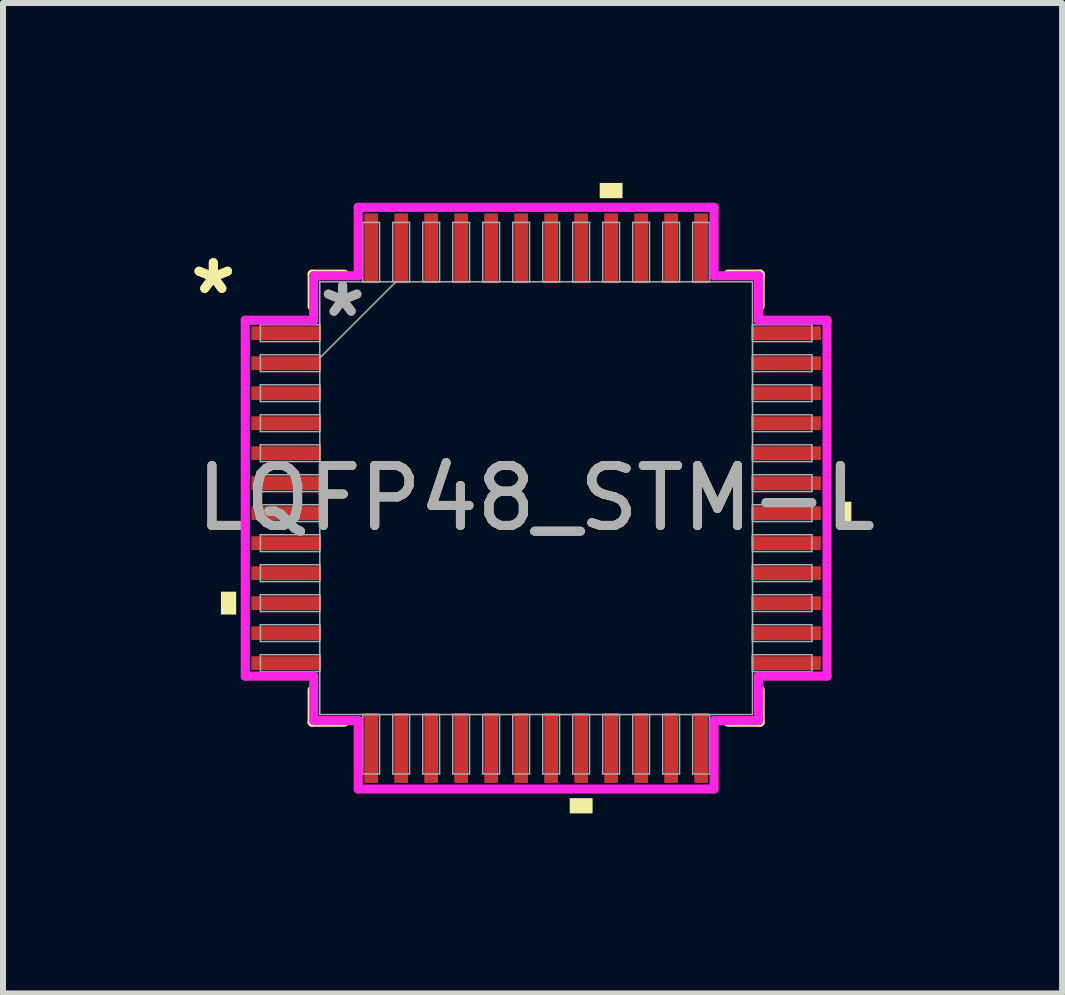
<source format=kicad_pcb>
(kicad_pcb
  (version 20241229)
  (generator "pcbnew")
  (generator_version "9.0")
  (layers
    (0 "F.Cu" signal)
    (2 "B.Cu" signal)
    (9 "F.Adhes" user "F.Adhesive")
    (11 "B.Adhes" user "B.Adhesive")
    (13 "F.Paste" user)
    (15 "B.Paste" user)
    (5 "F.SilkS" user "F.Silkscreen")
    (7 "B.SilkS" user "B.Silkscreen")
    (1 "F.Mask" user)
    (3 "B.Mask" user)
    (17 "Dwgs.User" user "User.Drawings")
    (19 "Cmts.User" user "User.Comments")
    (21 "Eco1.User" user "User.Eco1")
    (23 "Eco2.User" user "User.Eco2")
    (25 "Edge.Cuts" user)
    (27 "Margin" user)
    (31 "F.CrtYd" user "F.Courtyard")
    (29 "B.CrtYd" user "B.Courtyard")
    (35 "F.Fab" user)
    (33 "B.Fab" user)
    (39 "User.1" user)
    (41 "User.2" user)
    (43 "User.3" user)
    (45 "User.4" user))
  (footprint "LQFP48_STM-L"
    (layer "F.Cu")
    (at 5.888 5.255)
    (property "Reference" "LQFP48_STM-L" (at 0 0 0) (unlocked yes) (layer "F.SilkS") (effects (font (size 1 1) (thickness 0.15))))
    (attr smd)
    (fp_line (start -3.734 -3.734) (end -3.734 -3.197) (stroke (width 0.152) (type solid)) (layer "F.SilkS"))
    (fp_line (start -3.734 3.197) (end -3.734 3.734) (stroke (width 0.152) (type solid)) (layer "F.SilkS"))
    (fp_line (start -3.734 3.734) (end -3.197 3.734) (stroke (width 0.152) (type solid)) (layer "F.SilkS"))
    (fp_line (start -3.197 -3.734) (end -3.734 -3.734) (stroke (width 0.152) (type solid)) (layer "F.SilkS"))
    (fp_line (start 3.197 3.734) (end 3.734 3.734) (stroke (width 0.152) (type solid)) (layer "F.SilkS"))
    (fp_line (start 3.734 -3.734) (end 3.197 -3.734) (stroke (width 0.152) (type solid)) (layer "F.SilkS"))
    (fp_line (start 3.734 -3.197) (end 3.734 -3.734) (stroke (width 0.152) (type solid)) (layer "F.SilkS"))
    (fp_line (start 3.734 3.734) (end 3.734 3.197) (stroke (width 0.152) (type solid)) (layer "F.SilkS"))
    (fp_poly (pts (xy -5.255 1.559) (xy -5.255 1.94) (xy -5.001 1.94) (xy -5.001 1.559)) (stroke (width 0) (type solid)) (fill yes) (layer "F.SilkS"))
    (fp_poly (pts (xy 0.56 5.001) (xy 0.56 5.255) (xy 0.941 5.255) (xy 0.941 5.001)) (stroke (width 0) (type solid)) (fill yes) (layer "F.SilkS"))
    (fp_poly (pts (xy 1.06 -5.001) (xy 1.06 -5.255) (xy 1.44 -5.255) (xy 1.44 -5.001)) (stroke (width 0) (type solid)) (fill yes) (layer "F.SilkS"))
    (fp_poly (pts (xy 5.255 0.059) (xy 5.255 0.441) (xy 5.001 0.441) (xy 5.001 0.059)) (stroke (width 0) (type solid)) (fill yes) (layer "F.SilkS"))
    (fp_line (start -4.849 -2.966) (end -3.708 -2.966) (stroke (width 0.152) (type solid)) (layer "F.CrtYd"))
    (fp_line (start -4.849 2.966) (end -4.849 -2.966) (stroke (width 0.152) (type solid)) (layer "F.CrtYd"))
    (fp_line (start -3.708 -3.708) (end -2.966 -3.708) (stroke (width 0.152) (type solid)) (layer "F.CrtYd"))
    (fp_line (start -3.708 -2.966) (end -3.708 -3.708) (stroke (width 0.152) (type solid)) (layer "F.CrtYd"))
    (fp_line (start -3.708 2.966) (end -4.849 2.966) (stroke (width 0.152) (type solid)) (layer "F.CrtYd"))
    (fp_line (start -3.708 3.708) (end -3.708 2.966) (stroke (width 0.152) (type solid)) (layer "F.CrtYd"))
    (fp_line (start -3.708 3.708) (end -2.966 3.708) (stroke (width 0.152) (type solid)) (layer "F.CrtYd"))
    (fp_line (start -2.966 -4.849) (end 2.966 -4.849) (stroke (width 0.152) (type solid)) (layer "F.CrtYd"))
    (fp_line (start -2.966 -3.708) (end -2.966 -4.849) (stroke (width 0.152) (type solid)) (layer "F.CrtYd"))
    (fp_line (start -2.966 3.708) (end -2.966 4.849) (stroke (width 0.152) (type solid)) (layer "F.CrtYd"))
    (fp_line (start -2.966 4.849) (end 2.966 4.849) (stroke (width 0.152) (type solid)) (layer "F.CrtYd"))
    (fp_line (start 2.966 -4.849) (end 2.966 -3.708) (stroke (width 0.152) (type solid)) (layer "F.CrtYd"))
    (fp_line (start 2.966 -3.708) (end 3.708 -3.708) (stroke (width 0.152) (type solid)) (layer "F.CrtYd"))
    (fp_line (start 2.966 3.708) (end 3.708 3.708) (stroke (width 0.152) (type solid)) (layer "F.CrtYd"))
    (fp_line (start 2.966 4.849) (end 2.966 3.708) (stroke (width 0.152) (type solid)) (layer "F.CrtYd"))
    (fp_line (start 3.708 -2.966) (end 3.708 -3.708) (stroke (width 0.152) (type solid)) (layer "F.CrtYd"))
    (fp_line (start 3.708 2.966) (end 4.849 2.966) (stroke (width 0.152) (type solid)) (layer "F.CrtYd"))
    (fp_line (start 3.708 3.708) (end 3.708 2.966) (stroke (width 0.152) (type solid)) (layer "F.CrtYd"))
    (fp_line (start 4.849 -2.966) (end 3.708 -2.966) (stroke (width 0.152) (type solid)) (layer "F.CrtYd"))
    (fp_line (start 4.849 2.966) (end 4.849 -2.966) (stroke (width 0.152) (type solid)) (layer "F.CrtYd"))
    (fp_line (start -4.597 -2.89) (end -4.597 -2.61) (stroke (width 0.025) (type solid)) (layer "F.Fab"))
    (fp_line (start -4.597 -2.61) (end -3.607 -2.61) (stroke (width 0.025) (type solid)) (layer "F.Fab"))
    (fp_line (start -4.597 -2.39) (end -4.597 -2.11) (stroke (width 0.025) (type solid)) (layer "F.Fab"))
    (fp_line (start -4.597 -2.11) (end -3.607 -2.11) (stroke (width 0.025) (type solid)) (layer "F.Fab"))
    (fp_line (start -4.597 -1.89) (end -4.597 -1.61) (stroke (width 0.025) (type solid)) (layer "F.Fab"))
    (fp_line (start -4.597 -1.61) (end -3.607 -1.61) (stroke (width 0.025) (type solid)) (layer "F.Fab"))
    (fp_line (start -4.597 -1.39) (end -4.597 -1.11) (stroke (width 0.025) (type solid)) (layer "F.Fab"))
    (fp_line (start -4.597 -1.11) (end -3.607 -1.11) (stroke (width 0.025) (type solid)) (layer "F.Fab"))
    (fp_line (start -4.597 -0.89) (end -4.597 -0.61) (stroke (width 0.025) (type solid)) (layer "F.Fab"))
    (fp_line (start -4.597 -0.61) (end -3.607 -0.61) (stroke (width 0.025) (type solid)) (layer "F.Fab"))
    (fp_line (start -4.597 -0.39) (end -4.597 -0.11) (stroke (width 0.025) (type solid)) (layer "F.Fab"))
    (fp_line (start -4.597 -0.11) (end -3.607 -0.11) (stroke (width 0.025) (type solid)) (layer "F.Fab"))
    (fp_line (start -4.597 0.11) (end -4.597 0.39) (stroke (width 0.025) (type solid)) (layer "F.Fab"))
    (fp_line (start -4.597 0.39) (end -3.607 0.39) (stroke (width 0.025) (type solid)) (layer "F.Fab"))
    (fp_line (start -4.597 0.61) (end -4.597 0.89) (stroke (width 0.025) (type solid)) (layer "F.Fab"))
    (fp_line (start -4.597 0.89) (end -3.607 0.89) (stroke (width 0.025) (type solid)) (layer "F.Fab"))
    (fp_line (start -4.597 1.11) (end -4.597 1.39) (stroke (width 0.025) (type solid)) (layer "F.Fab"))
    (fp_line (start -4.597 1.39) (end -3.607 1.39) (stroke (width 0.025) (type solid)) (layer "F.Fab"))
    (fp_line (start -4.597 1.61) (end -4.597 1.89) (stroke (width 0.025) (type solid)) (layer "F.Fab"))
    (fp_line (start -4.597 1.89) (end -3.607 1.89) (stroke (width 0.025) (type solid)) (layer "F.Fab"))
    (fp_line (start -4.597 2.11) (end -4.597 2.39) (stroke (width 0.025) (type solid)) (layer "F.Fab"))
    (fp_line (start -4.597 2.39) (end -3.607 2.39) (stroke (width 0.025) (type solid)) (layer "F.Fab"))
    (fp_line (start -4.597 2.61) (end -4.597 2.89) (stroke (width 0.025) (type solid)) (layer "F.Fab"))
    (fp_line (start -4.597 2.89) (end -3.607 2.89) (stroke (width 0.025) (type solid)) (layer "F.Fab"))
    (fp_line (start -3.607 -3.607) (end -3.607 3.607) (stroke (width 0.025) (type solid)) (layer "F.Fab"))
    (fp_line (start -3.607 -2.89) (end -4.597 -2.89) (stroke (width 0.025) (type solid)) (layer "F.Fab"))
    (fp_line (start -3.607 -2.61) (end -3.607 -2.89) (stroke (width 0.025) (type solid)) (layer "F.Fab"))
    (fp_line (start -3.607 -2.39) (end -4.597 -2.39) (stroke (width 0.025) (type solid)) (layer "F.Fab"))
    (fp_line (start -3.607 -2.337) (end -2.337 -3.607) (stroke (width 0.025) (type solid)) (layer "F.Fab"))
    (fp_line (start -3.607 -2.11) (end -3.607 -2.39) (stroke (width 0.025) (type solid)) (layer "F.Fab"))
    (fp_line (start -3.607 -1.89) (end -4.597 -1.89) (stroke (width 0.025) (type solid)) (layer "F.Fab"))
    (fp_line (start -3.607 -1.61) (end -3.607 -1.89) (stroke (width 0.025) (type solid)) (layer "F.Fab"))
    (fp_line (start -3.607 -1.39) (end -4.597 -1.39) (stroke (width 0.025) (type solid)) (layer "F.Fab"))
    (fp_line (start -3.607 -1.11) (end -3.607 -1.39) (stroke (width 0.025) (type solid)) (layer "F.Fab"))
    (fp_line (start -3.607 -0.89) (end -4.597 -0.89) (stroke (width 0.025) (type solid)) (layer "F.Fab"))
    (fp_line (start -3.607 -0.61) (end -3.607 -0.89) (stroke (width 0.025) (type solid)) (layer "F.Fab"))
    (fp_line (start -3.607 -0.39) (end -4.597 -0.39) (stroke (width 0.025) (type solid)) (layer "F.Fab"))
    (fp_line (start -3.607 -0.11) (end -3.607 -0.39) (stroke (width 0.025) (type solid)) (layer "F.Fab"))
    (fp_line (start -3.607 0.11) (end -4.597 0.11) (stroke (width 0.025) (type solid)) (layer "F.Fab"))
    (fp_line (start -3.607 0.39) (end -3.607 0.11) (stroke (width 0.025) (type solid)) (layer "F.Fab"))
    (fp_line (start -3.607 0.61) (end -4.597 0.61) (stroke (width 0.025) (type solid)) (layer "F.Fab"))
    (fp_line (start -3.607 0.89) (end -3.607 0.61) (stroke (width 0.025) (type solid)) (layer "F.Fab"))
    (fp_line (start -3.607 1.11) (end -4.597 1.11) (stroke (width 0.025) (type solid)) (layer "F.Fab"))
    (fp_line (start -3.607 1.39) (end -3.607 1.11) (stroke (width 0.025) (type solid)) (layer "F.Fab"))
    (fp_line (start -3.607 1.61) (end -4.597 1.61) (stroke (width 0.025) (type solid)) (layer "F.Fab"))
    (fp_line (start -3.607 1.89) (end -3.607 1.61) (stroke (width 0.025) (type solid)) (layer "F.Fab"))
    (fp_line (start -3.607 2.11) (end -4.597 2.11) (stroke (width 0.025) (type solid)) (layer "F.Fab"))
    (fp_line (start -3.607 2.39) (end -3.607 2.11) (stroke (width 0.025) (type solid)) (layer "F.Fab"))
    (fp_line (start -3.607 2.61) (end -4.597 2.61) (stroke (width 0.025) (type solid)) (layer "F.Fab"))
    (fp_line (start -3.607 2.89) (end -3.607 2.61) (stroke (width 0.025) (type solid)) (layer "F.Fab"))
    (fp_line (start -3.607 3.607) (end 3.607 3.607) (stroke (width 0.025) (type solid)) (layer "F.Fab"))
    (fp_line (start -2.89 -4.597) (end -2.89 -3.607) (stroke (width 0.025) (type solid)) (layer "F.Fab"))
    (fp_line (start -2.89 -3.607) (end -2.61 -3.607) (stroke (width 0.025) (type solid)) (layer "F.Fab"))
    (fp_line (start -2.89 3.607) (end -2.89 4.597) (stroke (width 0.025) (type solid)) (layer "F.Fab"))
    (fp_line (start -2.89 4.597) (end -2.61 4.597) (stroke (width 0.025) (type solid)) (layer "F.Fab"))
    (fp_line (start -2.61 -4.597) (end -2.89 -4.597) (stroke (width 0.025) (type solid)) (layer "F.Fab"))
    (fp_line (start -2.61 -3.607) (end -2.61 -4.597) (stroke (width 0.025) (type solid)) (layer "F.Fab"))
    (fp_line (start -2.61 3.607) (end -2.89 3.607) (stroke (width 0.025) (type solid)) (layer "F.Fab"))
    (fp_line (start -2.61 4.597) (end -2.61 3.607) (stroke (width 0.025) (type solid)) (layer "F.Fab"))
    (fp_line (start -2.39 -4.597) (end -2.39 -3.607) (stroke (width 0.025) (type solid)) (layer "F.Fab"))
    (fp_line (start -2.39 -3.607) (end -2.11 -3.607) (stroke (width 0.025) (type solid)) (layer "F.Fab"))
    (fp_line (start -2.39 3.607) (end -2.39 4.597) (stroke (width 0.025) (type solid)) (layer "F.Fab"))
    (fp_line (start -2.39 4.597) (end -2.11 4.597) (stroke (width 0.025) (type solid)) (layer "F.Fab"))
    (fp_line (start -2.11 -4.597) (end -2.39 -4.597) (stroke (width 0.025) (type solid)) (layer "F.Fab"))
    (fp_line (start -2.11 -3.607) (end -2.11 -4.597) (stroke (width 0.025) (type solid)) (layer "F.Fab"))
    (fp_line (start -2.11 3.607) (end -2.39 3.607) (stroke (width 0.025) (type solid)) (layer "F.Fab"))
    (fp_line (start -2.11 4.597) (end -2.11 3.607) (stroke (width 0.025) (type solid)) (layer "F.Fab"))
    (fp_line (start -1.89 -4.597) (end -1.89 -3.607) (stroke (width 0.025) (type solid)) (layer "F.Fab"))
    (fp_line (start -1.89 -3.607) (end -1.61 -3.607) (stroke (width 0.025) (type solid)) (layer "F.Fab"))
    (fp_line (start -1.89 3.607) (end -1.89 4.597) (stroke (width 0.025) (type solid)) (layer "F.Fab"))
    (fp_line (start -1.89 4.597) (end -1.61 4.597) (stroke (width 0.025) (type solid)) (layer "F.Fab"))
    (fp_line (start -1.61 -4.597) (end -1.89 -4.597) (stroke (width 0.025) (type solid)) (layer "F.Fab"))
    (fp_line (start -1.61 -3.607) (end -1.61 -4.597) (stroke (width 0.025) (type solid)) (layer "F.Fab"))
    (fp_line (start -1.61 3.607) (end -1.89 3.607) (stroke (width 0.025) (type solid)) (layer "F.Fab"))
    (fp_line (start -1.61 4.597) (end -1.61 3.607) (stroke (width 0.025) (type solid)) (layer "F.Fab"))
    (fp_line (start -1.39 -4.597) (end -1.39 -3.607) (stroke (width 0.025) (type solid)) (layer "F.Fab"))
    (fp_line (start -1.39 -3.607) (end -1.11 -3.607) (stroke (width 0.025) (type solid)) (layer "F.Fab"))
    (fp_line (start -1.39 3.607) (end -1.39 4.597) (stroke (width 0.025) (type solid)) (layer "F.Fab"))
    (fp_line (start -1.39 4.597) (end -1.11 4.597) (stroke (width 0.025) (type solid)) (layer "F.Fab"))
    (fp_line (start -1.11 -4.597) (end -1.39 -4.597) (stroke (width 0.025) (type solid)) (layer "F.Fab"))
    (fp_line (start -1.11 -3.607) (end -1.11 -4.597) (stroke (width 0.025) (type solid)) (layer "F.Fab"))
    (fp_line (start -1.11 3.607) (end -1.39 3.607) (stroke (width 0.025) (type solid)) (layer "F.Fab"))
    (fp_line (start -1.11 4.597) (end -1.11 3.607) (stroke (width 0.025) (type solid)) (layer "F.Fab"))
    (fp_line (start -0.89 -4.597) (end -0.89 -3.607) (stroke (width 0.025) (type solid)) (layer "F.Fab"))
    (fp_line (start -0.89 -3.607) (end -0.61 -3.607) (stroke (width 0.025) (type solid)) (layer "F.Fab"))
    (fp_line (start -0.89 3.607) (end -0.89 4.597) (stroke (width 0.025) (type solid)) (layer "F.Fab"))
    (fp_line (start -0.89 4.597) (end -0.61 4.597) (stroke (width 0.025) (type solid)) (layer "F.Fab"))
    (fp_line (start -0.61 -4.597) (end -0.89 -4.597) (stroke (width 0.025) (type solid)) (layer "F.Fab"))
    (fp_line (start -0.61 -3.607) (end -0.61 -4.597) (stroke (width 0.025) (type solid)) (layer "F.Fab"))
    (fp_line (start -0.61 3.607) (end -0.89 3.607) (stroke (width 0.025) (type solid)) (layer "F.Fab"))
    (fp_line (start -0.61 4.597) (end -0.61 3.607) (stroke (width 0.025) (type solid)) (layer "F.Fab"))
    (fp_line (start -0.39 -4.597) (end -0.39 -3.607) (stroke (width 0.025) (type solid)) (layer "F.Fab"))
    (fp_line (start -0.39 -3.607) (end -0.11 -3.607) (stroke (width 0.025) (type solid)) (layer "F.Fab"))
    (fp_line (start -0.39 3.607) (end -0.39 4.597) (stroke (width 0.025) (type solid)) (layer "F.Fab"))
    (fp_line (start -0.39 4.597) (end -0.11 4.597) (stroke (width 0.025) (type solid)) (layer "F.Fab"))
    (fp_line (start -0.11 -4.597) (end -0.39 -4.597) (stroke (width 0.025) (type solid)) (layer "F.Fab"))
    (fp_line (start -0.11 -3.607) (end -0.11 -4.597) (stroke (width 0.025) (type solid)) (layer "F.Fab"))
    (fp_line (start -0.11 3.607) (end -0.39 3.607) (stroke (width 0.025) (type solid)) (layer "F.Fab"))
    (fp_line (start -0.11 4.597) (end -0.11 3.607) (stroke (width 0.025) (type solid)) (layer "F.Fab"))
    (fp_line (start 0.11 -4.597) (end 0.11 -3.607) (stroke (width 0.025) (type solid)) (layer "F.Fab"))
    (fp_line (start 0.11 -3.607) (end 0.39 -3.607) (stroke (width 0.025) (type solid)) (layer "F.Fab"))
    (fp_line (start 0.11 3.607) (end 0.11 4.597) (stroke (width 0.025) (type solid)) (layer "F.Fab"))
    (fp_line (start 0.11 4.597) (end 0.39 4.597) (stroke (width 0.025) (type solid)) (layer "F.Fab"))
    (fp_line (start 0.39 -4.597) (end 0.11 -4.597) (stroke (width 0.025) (type solid)) (layer "F.Fab"))
    (fp_line (start 0.39 -3.607) (end 0.39 -4.597) (stroke (width 0.025) (type solid)) (layer "F.Fab"))
    (fp_line (start 0.39 3.607) (end 0.11 3.607) (stroke (width 0.025) (type solid)) (layer "F.Fab"))
    (fp_line (start 0.39 4.597) (end 0.39 3.607) (stroke (width 0.025) (type solid)) (layer "F.Fab"))
    (fp_line (start 0.61 -4.597) (end 0.61 -3.607) (stroke (width 0.025) (type solid)) (layer "F.Fab"))
    (fp_line (start 0.61 -3.607) (end 0.89 -3.607) (stroke (width 0.025) (type solid)) (layer "F.Fab"))
    (fp_line (start 0.61 3.607) (end 0.61 4.597) (stroke (width 0.025) (type solid)) (layer "F.Fab"))
    (fp_line (start 0.61 4.597) (end 0.89 4.597) (stroke (width 0.025) (type solid)) (layer "F.Fab"))
    (fp_line (start 0.89 -4.597) (end 0.61 -4.597) (stroke (width 0.025) (type solid)) (layer "F.Fab"))
    (fp_line (start 0.89 -3.607) (end 0.89 -4.597) (stroke (width 0.025) (type solid)) (layer "F.Fab"))
    (fp_line (start 0.89 3.607) (end 0.61 3.607) (stroke (width 0.025) (type solid)) (layer "F.Fab"))
    (fp_line (start 0.89 4.597) (end 0.89 3.607) (stroke (width 0.025) (type solid)) (layer "F.Fab"))
    (fp_line (start 1.11 -4.597) (end 1.11 -3.607) (stroke (width 0.025) (type solid)) (layer "F.Fab"))
    (fp_line (start 1.11 -3.607) (end 1.39 -3.607) (stroke (width 0.025) (type solid)) (layer "F.Fab"))
    (fp_line (start 1.11 3.607) (end 1.11 4.597) (stroke (width 0.025) (type solid)) (layer "F.Fab"))
    (fp_line (start 1.11 4.597) (end 1.39 4.597) (stroke (width 0.025) (type solid)) (layer "F.Fab"))
    (fp_line (start 1.39 -4.597) (end 1.11 -4.597) (stroke (width 0.025) (type solid)) (layer "F.Fab"))
    (fp_line (start 1.39 -3.607) (end 1.39 -4.597) (stroke (width 0.025) (type solid)) (layer "F.Fab"))
    (fp_line (start 1.39 3.607) (end 1.11 3.607) (stroke (width 0.025) (type solid)) (layer "F.Fab"))
    (fp_line (start 1.39 4.597) (end 1.39 3.607) (stroke (width 0.025) (type solid)) (layer "F.Fab"))
    (fp_line (start 1.61 -4.597) (end 1.61 -3.607) (stroke (width 0.025) (type solid)) (layer "F.Fab"))
    (fp_line (start 1.61 -3.607) (end 1.89 -3.607) (stroke (width 0.025) (type solid)) (layer "F.Fab"))
    (fp_line (start 1.61 3.607) (end 1.61 4.597) (stroke (width 0.025) (type solid)) (layer "F.Fab"))
    (fp_line (start 1.61 4.597) (end 1.89 4.597) (stroke (width 0.025) (type solid)) (layer "F.Fab"))
    (fp_line (start 1.89 -4.597) (end 1.61 -4.597) (stroke (width 0.025) (type solid)) (layer "F.Fab"))
    (fp_line (start 1.89 -3.607) (end 1.89 -4.597) (stroke (width 0.025) (type solid)) (layer "F.Fab"))
    (fp_line (start 1.89 3.607) (end 1.61 3.607) (stroke (width 0.025) (type solid)) (layer "F.Fab"))
    (fp_line (start 1.89 4.597) (end 1.89 3.607) (stroke (width 0.025) (type solid)) (layer "F.Fab"))
    (fp_line (start 2.11 -4.597) (end 2.11 -3.607) (stroke (width 0.025) (type solid)) (layer "F.Fab"))
    (fp_line (start 2.11 -3.607) (end 2.39 -3.607) (stroke (width 0.025) (type solid)) (layer "F.Fab"))
    (fp_line (start 2.11 3.607) (end 2.11 4.597) (stroke (width 0.025) (type solid)) (layer "F.Fab"))
    (fp_line (start 2.11 4.597) (end 2.39 4.597) (stroke (width 0.025) (type solid)) (layer "F.Fab"))
    (fp_line (start 2.39 -4.597) (end 2.11 -4.597) (stroke (width 0.025) (type solid)) (layer "F.Fab"))
    (fp_line (start 2.39 -3.607) (end 2.39 -4.597) (stroke (width 0.025) (type solid)) (layer "F.Fab"))
    (fp_line (start 2.39 3.607) (end 2.11 3.607) (stroke (width 0.025) (type solid)) (layer "F.Fab"))
    (fp_line (start 2.39 4.597) (end 2.39 3.607) (stroke (width 0.025) (type solid)) (layer "F.Fab"))
    (fp_line (start 2.61 -4.597) (end 2.61 -3.607) (stroke (width 0.025) (type solid)) (layer "F.Fab"))
    (fp_line (start 2.61 -3.607) (end 2.89 -3.607) (stroke (width 0.025) (type solid)) (layer "F.Fab"))
    (fp_line (start 2.61 3.607) (end 2.61 4.597) (stroke (width 0.025) (type solid)) (layer "F.Fab"))
    (fp_line (start 2.61 4.597) (end 2.89 4.597) (stroke (width 0.025) (type solid)) (layer "F.Fab"))
    (fp_line (start 2.89 -4.597) (end 2.61 -4.597) (stroke (width 0.025) (type solid)) (layer "F.Fab"))
    (fp_line (start 2.89 -3.607) (end 2.89 -4.597) (stroke (width 0.025) (type solid)) (layer "F.Fab"))
    (fp_line (start 2.89 3.607) (end 2.61 3.607) (stroke (width 0.025) (type solid)) (layer "F.Fab"))
    (fp_line (start 2.89 4.597) (end 2.89 3.607) (stroke (width 0.025) (type solid)) (layer "F.Fab"))
    (fp_line (start 3.607 -3.607) (end -3.607 -3.607) (stroke (width 0.025) (type solid)) (layer "F.Fab"))
    (fp_line (start 3.607 -2.89) (end 3.607 -2.61) (stroke (width 0.025) (type solid)) (layer "F.Fab"))
    (fp_line (start 3.607 -2.61) (end 4.597 -2.61) (stroke (width 0.025) (type solid)) (layer "F.Fab"))
    (fp_line (start 3.607 -2.39) (end 3.607 -2.11) (stroke (width 0.025) (type solid)) (layer "F.Fab"))
    (fp_line (start 3.607 -2.11) (end 4.597 -2.11) (stroke (width 0.025) (type solid)) (layer "F.Fab"))
    (fp_line (start 3.607 -1.89) (end 3.607 -1.61) (stroke (width 0.025) (type solid)) (layer "F.Fab"))
    (fp_line (start 3.607 -1.61) (end 4.597 -1.61) (stroke (width 0.025) (type solid)) (layer "F.Fab"))
    (fp_line (start 3.607 -1.39) (end 3.607 -1.11) (stroke (width 0.025) (type solid)) (layer "F.Fab"))
    (fp_line (start 3.607 -1.11) (end 4.597 -1.11) (stroke (width 0.025) (type solid)) (layer "F.Fab"))
    (fp_line (start 3.607 -0.89) (end 3.607 -0.61) (stroke (width 0.025) (type solid)) (layer "F.Fab"))
    (fp_line (start 3.607 -0.61) (end 4.597 -0.61) (stroke (width 0.025) (type solid)) (layer "F.Fab"))
    (fp_line (start 3.607 -0.39) (end 3.607 -0.11) (stroke (width 0.025) (type solid)) (layer "F.Fab"))
    (fp_line (start 3.607 -0.11) (end 4.597 -0.11) (stroke (width 0.025) (type solid)) (layer "F.Fab"))
    (fp_line (start 3.607 0.11) (end 3.607 0.39) (stroke (width 0.025) (type solid)) (layer "F.Fab"))
    (fp_line (start 3.607 0.39) (end 4.597 0.39) (stroke (width 0.025) (type solid)) (layer "F.Fab"))
    (fp_line (start 3.607 0.61) (end 3.607 0.89) (stroke (width 0.025) (type solid)) (layer "F.Fab"))
    (fp_line (start 3.607 0.89) (end 4.597 0.89) (stroke (width 0.025) (type solid)) (layer "F.Fab"))
    (fp_line (start 3.607 1.11) (end 3.607 1.39) (stroke (width 0.025) (type solid)) (layer "F.Fab"))
    (fp_line (start 3.607 1.39) (end 4.597 1.39) (stroke (width 0.025) (type solid)) (layer "F.Fab"))
    (fp_line (start 3.607 1.61) (end 3.607 1.89) (stroke (width 0.025) (type solid)) (layer "F.Fab"))
    (fp_line (start 3.607 1.89) (end 4.597 1.89) (stroke (width 0.025) (type solid)) (layer "F.Fab"))
    (fp_line (start 3.607 2.11) (end 3.607 2.39) (stroke (width 0.025) (type solid)) (layer "F.Fab"))
    (fp_line (start 3.607 2.39) (end 4.597 2.39) (stroke (width 0.025) (type solid)) (layer "F.Fab"))
    (fp_line (start 3.607 2.61) (end 3.607 2.89) (stroke (width 0.025) (type solid)) (layer "F.Fab"))
    (fp_line (start 3.607 2.89) (end 4.597 2.89) (stroke (width 0.025) (type solid)) (layer "F.Fab"))
    (fp_line (start 3.607 3.607) (end 3.607 -3.607) (stroke (width 0.025) (type solid)) (layer "F.Fab"))
    (fp_line (start 4.597 -2.89) (end 3.607 -2.89) (stroke (width 0.025) (type solid)) (layer "F.Fab"))
    (fp_line (start 4.597 -2.61) (end 4.597 -2.89) (stroke (width 0.025) (type solid)) (layer "F.Fab"))
    (fp_line (start 4.597 -2.39) (end 3.607 -2.39) (stroke (width 0.025) (type solid)) (layer "F.Fab"))
    (fp_line (start 4.597 -2.11) (end 4.597 -2.39) (stroke (width 0.025) (type solid)) (layer "F.Fab"))
    (fp_line (start 4.597 -1.89) (end 3.607 -1.89) (stroke (width 0.025) (type solid)) (layer "F.Fab"))
    (fp_line (start 4.597 -1.61) (end 4.597 -1.89) (stroke (width 0.025) (type solid)) (layer "F.Fab"))
    (fp_line (start 4.597 -1.39) (end 3.607 -1.39) (stroke (width 0.025) (type solid)) (layer "F.Fab"))
    (fp_line (start 4.597 -1.11) (end 4.597 -1.39) (stroke (width 0.025) (type solid)) (layer "F.Fab"))
    (fp_line (start 4.597 -0.89) (end 3.607 -0.89) (stroke (width 0.025) (type solid)) (layer "F.Fab"))
    (fp_line (start 4.597 -0.61) (end 4.597 -0.89) (stroke (width 0.025) (type solid)) (layer "F.Fab"))
    (fp_line (start 4.597 -0.39) (end 3.607 -0.39) (stroke (width 0.025) (type solid)) (layer "F.Fab"))
    (fp_line (start 4.597 -0.11) (end 4.597 -0.39) (stroke (width 0.025) (type solid)) (layer "F.Fab"))
    (fp_line (start 4.597 0.11) (end 3.607 0.11) (stroke (width 0.025) (type solid)) (layer "F.Fab"))
    (fp_line (start 4.597 0.39) (end 4.597 0.11) (stroke (width 0.025) (type solid)) (layer "F.Fab"))
    (fp_line (start 4.597 0.61) (end 3.607 0.61) (stroke (width 0.025) (type solid)) (layer "F.Fab"))
    (fp_line (start 4.597 0.89) (end 4.597 0.61) (stroke (width 0.025) (type solid)) (layer "F.Fab"))
    (fp_line (start 4.597 1.11) (end 3.607 1.11) (stroke (width 0.025) (type solid)) (layer "F.Fab"))
    (fp_line (start 4.597 1.39) (end 4.597 1.11) (stroke (width 0.025) (type solid)) (layer "F.Fab"))
    (fp_line (start 4.597 1.61) (end 3.607 1.61) (stroke (width 0.025) (type solid)) (layer "F.Fab"))
    (fp_line (start 4.597 1.89) (end 4.597 1.61) (stroke (width 0.025) (type solid)) (layer "F.Fab"))
    (fp_line (start 4.597 2.11) (end 3.607 2.11) (stroke (width 0.025) (type solid)) (layer "F.Fab"))
    (fp_line (start 4.597 2.39) (end 4.597 2.11) (stroke (width 0.025) (type solid)) (layer "F.Fab"))
    (fp_line (start 4.597 2.61) (end 3.607 2.61) (stroke (width 0.025) (type solid)) (layer "F.Fab"))
    (fp_line (start 4.597 2.89) (end 4.597 2.61) (stroke (width 0.025) (type solid)) (layer "F.Fab"))
    (fp_text user "*" (at -5.382 -3.381 0) (unlocked yes) (layer "F.SilkS") (effects (font (size 1 1) (thickness 0.15))))
    (fp_text user "*" (at -5.382 -3.381 0) (layer "F.SilkS") (effects (font (size 1 1) (thickness 0.15))))
    (fp_text user "${REFERENCE}" (at 0 0 0) (unlocked yes) (layer "F.Fab") (effects (font (size 1 1) (thickness 0.15))))
    (fp_text user "*" (at -3.226 -3 0) (layer "F.Fab") (effects (font (size 1 1) (thickness 0.15))))
    (fp_text user "*" (at -3.226 -3 0) (unlocked yes) (layer "F.Fab") (effects (font (size 1 1) (thickness 0.15))))
    (pad "1" smd rect (at -4.166 -2.75 90) (size 0.229 1.162) (layers "F.Cu" "F.Mask" "F.Paste"))
    (pad "2" smd rect (at -4.166 -2.25 90) (size 0.229 1.162) (layers "F.Cu" "F.Mask" "F.Paste"))
    (pad "3" smd rect (at -4.166 -1.75 90) (size 0.229 1.162) (layers "F.Cu" "F.Mask" "F.Paste"))
    (pad "4" smd rect (at -4.166 -1.25 90) (size 0.229 1.162) (layers "F.Cu" "F.Mask" "F.Paste"))
    (pad "5" smd rect (at -4.166 -0.75 90) (size 0.229 1.162) (layers "F.Cu" "F.Mask" "F.Paste"))
    (pad "6" smd rect (at -4.166 -0.25 90) (size 0.229 1.162) (layers "F.Cu" "F.Mask" "F.Paste"))
    (pad "7" smd rect (at -4.166 0.25 90) (size 0.229 1.162) (layers "F.Cu" "F.Mask" "F.Paste"))
    (pad "8" smd rect (at -4.166 0.75 90) (size 0.229 1.162) (layers "F.Cu" "F.Mask" "F.Paste"))
    (pad "9" smd rect (at -4.166 1.25 90) (size 0.229 1.162) (layers "F.Cu" "F.Mask" "F.Paste"))
    (pad "10" smd rect (at -4.166 1.75 90) (size 0.229 1.162) (layers "F.Cu" "F.Mask" "F.Paste"))
    (pad "11" smd rect (at -4.166 2.25 90) (size 0.229 1.162) (layers "F.Cu" "F.Mask" "F.Paste"))
    (pad "12" smd rect (at -4.166 2.75 90) (size 0.229 1.162) (layers "F.Cu" "F.Mask" "F.Paste"))
    (pad "13" smd rect (at -2.75 4.166) (size 0.229 1.162) (layers "F.Cu" "F.Mask" "F.Paste"))
    (pad "14" smd rect (at -2.25 4.166) (size 0.229 1.162) (layers "F.Cu" "F.Mask" "F.Paste"))
    (pad "15" smd rect (at -1.75 4.166) (size 0.229 1.162) (layers "F.Cu" "F.Mask" "F.Paste"))
    (pad "16" smd rect (at -1.25 4.166) (size 0.229 1.162) (layers "F.Cu" "F.Mask" "F.Paste"))
    (pad "17" smd rect (at -0.75 4.166) (size 0.229 1.162) (layers "F.Cu" "F.Mask" "F.Paste"))
    (pad "18" smd rect (at -0.25 4.166) (size 0.229 1.162) (layers "F.Cu" "F.Mask" "F.Paste"))
    (pad "19" smd rect (at 0.25 4.166) (size 0.229 1.162) (layers "F.Cu" "F.Mask" "F.Paste"))
    (pad "20" smd rect (at 0.75 4.166) (size 0.229 1.162) (layers "F.Cu" "F.Mask" "F.Paste"))
    (pad "21" smd rect (at 1.25 4.166) (size 0.229 1.162) (layers "F.Cu" "F.Mask" "F.Paste"))
    (pad "22" smd rect (at 1.75 4.166) (size 0.229 1.162) (layers "F.Cu" "F.Mask" "F.Paste"))
    (pad "23" smd rect (at 2.25 4.166) (size 0.229 1.162) (layers "F.Cu" "F.Mask" "F.Paste"))
    (pad "24" smd rect (at 2.75 4.166) (size 0.229 1.162) (layers "F.Cu" "F.Mask" "F.Paste"))
    (pad "25" smd rect (at 4.166 2.75 90) (size 0.229 1.162) (layers "F.Cu" "F.Mask" "F.Paste"))
    (pad "26" smd rect (at 4.166 2.25 90) (size 0.229 1.162) (layers "F.Cu" "F.Mask" "F.Paste"))
    (pad "27" smd rect (at 4.166 1.75 90) (size 0.229 1.162) (layers "F.Cu" "F.Mask" "F.Paste"))
    (pad "28" smd rect (at 4.166 1.25 90) (size 0.229 1.162) (layers "F.Cu" "F.Mask" "F.Paste"))
    (pad "29" smd rect (at 4.166 0.75 90) (size 0.229 1.162) (layers "F.Cu" "F.Mask" "F.Paste"))
    (pad "30" smd rect (at 4.166 0.25 90) (size 0.229 1.162) (layers "F.Cu" "F.Mask" "F.Paste"))
    (pad "31" smd rect (at 4.166 -0.25 90) (size 0.229 1.162) (layers "F.Cu" "F.Mask" "F.Paste"))
    (pad "32" smd rect (at 4.166 -0.75 90) (size 0.229 1.162) (layers "F.Cu" "F.Mask" "F.Paste"))
    (pad "33" smd rect (at 4.166 -1.25 90) (size 0.229 1.162) (layers "F.Cu" "F.Mask" "F.Paste"))
    (pad "34" smd rect (at 4.166 -1.75 90) (size 0.229 1.162) (layers "F.Cu" "F.Mask" "F.Paste"))
    (pad "35" smd rect (at 4.166 -2.25 90) (size 0.229 1.162) (layers "F.Cu" "F.Mask" "F.Paste"))
    (pad "36" smd rect (at 4.166 -2.75 90) (size 0.229 1.162) (layers "F.Cu" "F.Mask" "F.Paste"))
    (pad "37" smd rect (at 2.75 -4.166) (size 0.229 1.162) (layers "F.Cu" "F.Mask" "F.Paste"))
    (pad "38" smd rect (at 2.25 -4.166) (size 0.229 1.162) (layers "F.Cu" "F.Mask" "F.Paste"))
    (pad "39" smd rect (at 1.75 -4.166) (size 0.229 1.162) (layers "F.Cu" "F.Mask" "F.Paste"))
    (pad "40" smd rect (at 1.25 -4.166) (size 0.229 1.162) (layers "F.Cu" "F.Mask" "F.Paste"))
    (pad "41" smd rect (at 0.75 -4.166) (size 0.229 1.162) (layers "F.Cu" "F.Mask" "F.Paste"))
    (pad "42" smd rect (at 0.25 -4.166) (size 0.229 1.162) (layers "F.Cu" "F.Mask" "F.Paste"))
    (pad "43" smd rect (at -0.25 -4.166) (size 0.229 1.162) (layers "F.Cu" "F.Mask" "F.Paste"))
    (pad "44" smd rect (at -0.75 -4.166) (size 0.229 1.162) (layers "F.Cu" "F.Mask" "F.Paste"))
    (pad "45" smd rect (at -1.25 -4.166) (size 0.229 1.162) (layers "F.Cu" "F.Mask" "F.Paste"))
    (pad "46" smd rect (at -1.75 -4.166) (size 0.229 1.162) (layers "F.Cu" "F.Mask" "F.Paste"))
    (pad "47" smd rect (at -2.25 -4.166) (size 0.229 1.162) (layers "F.Cu" "F.Mask" "F.Paste"))
    (pad "48" smd rect (at -2.75 -4.166) (size 0.229 1.162) (layers "F.Cu" "F.Mask" "F.Paste")))
  (gr_rect
    (start -3 -3)
    (end 14.656 13.511)
    (stroke (width 0.1) (type default))
    (fill no)
    (layer "Edge.Cuts")))
</source>
